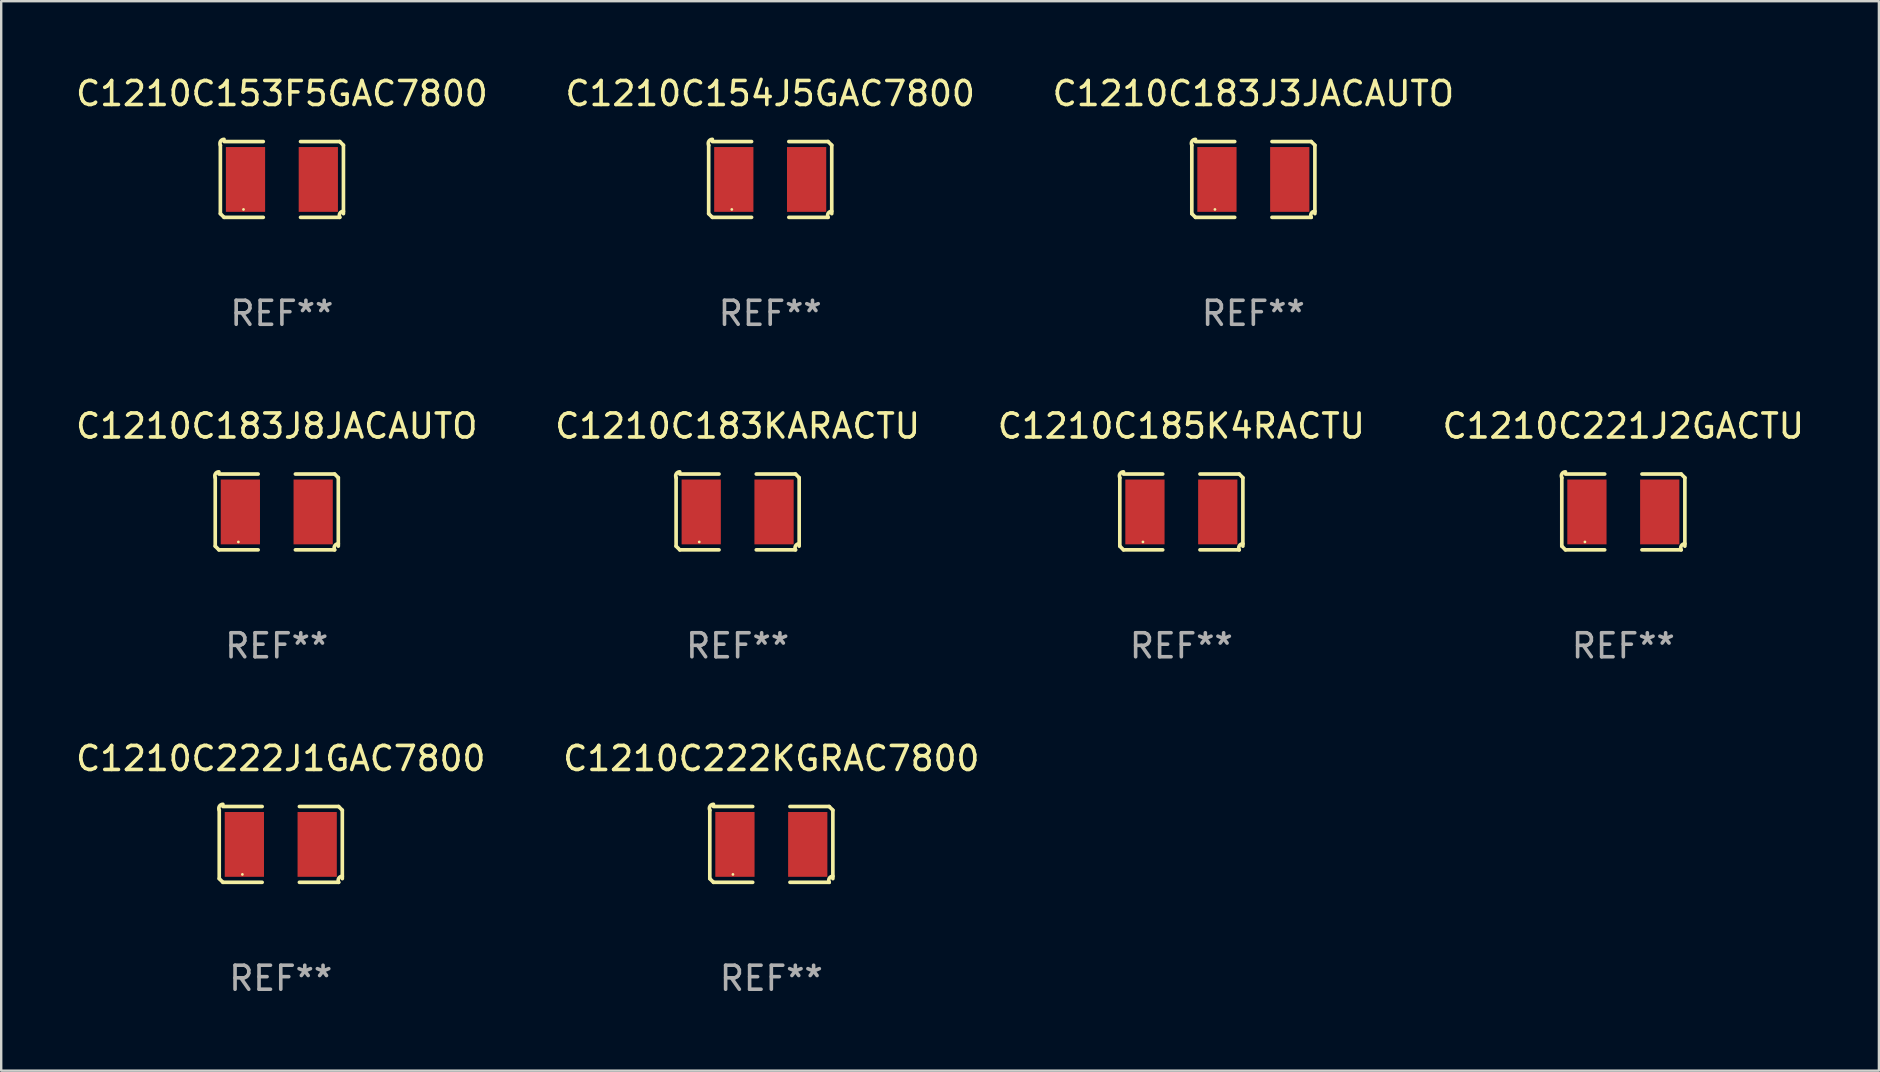
<source format=kicad_pcb>
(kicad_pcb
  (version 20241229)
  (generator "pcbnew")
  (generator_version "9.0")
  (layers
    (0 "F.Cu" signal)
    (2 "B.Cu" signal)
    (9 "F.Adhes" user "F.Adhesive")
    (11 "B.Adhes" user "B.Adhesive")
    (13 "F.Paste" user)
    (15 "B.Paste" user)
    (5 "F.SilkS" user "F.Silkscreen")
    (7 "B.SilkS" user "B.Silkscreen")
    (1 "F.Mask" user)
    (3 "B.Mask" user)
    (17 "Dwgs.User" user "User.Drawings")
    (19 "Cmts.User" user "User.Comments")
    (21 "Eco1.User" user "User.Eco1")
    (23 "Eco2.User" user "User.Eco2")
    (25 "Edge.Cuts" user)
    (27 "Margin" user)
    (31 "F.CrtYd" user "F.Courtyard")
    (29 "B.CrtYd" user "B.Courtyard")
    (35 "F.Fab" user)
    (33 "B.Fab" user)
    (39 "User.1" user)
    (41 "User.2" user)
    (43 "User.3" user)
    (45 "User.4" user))
  (footprint "C1210C222KGRAC7800"
    (layer "F.Cu")
    (at 29.089 32.134)
    (property "Reference" "C1210C222KGRAC7800" (at 0 -3.579 0) (layer "F.SilkS") (effects (font (size 1 1) (thickness 0.15))))
    (attr through_hole)
    (fp_line (start -2.564 1.426) (end -2.564 -1.426) (stroke (width 0.152) (type solid)) (layer "F.SilkS"))
    (fp_line (start -2.411 -1.579) (end -0.776 -1.579) (stroke (width 0.152) (type solid)) (layer "F.SilkS"))
    (fp_line (start -0.776 1.579) (end -2.411 1.579) (stroke (width 0.152) (type solid)) (layer "F.SilkS"))
    (fp_line (start 0.776 1.579) (end 2.411 1.579) (stroke (width 0.152) (type solid)) (layer "F.SilkS"))
    (fp_line (start 2.411 -1.579) (end 0.776 -1.579) (stroke (width 0.152) (type solid)) (layer "F.SilkS"))
    (fp_line (start 2.564 1.426) (end 2.564 -1.426) (stroke (width 0.152) (type solid)) (layer "F.SilkS"))
    (fp_arc (start -2.563602 -1.426213) (mid -2.555597 -1.591233) (end -2.411201 -1.671518) (stroke (width 0.1524) (type solid)) (layer "F.SilkS"))
    (fp_arc (start -2.5636 1.426214) (mid -2.487389 1.502402) (end -2.411201 1.578613) (stroke (width 0.1524) (type solid)) (layer "F.SilkS"))
    (fp_arc (start 2.411197 -1.578618) (mid 2.487403 -1.502419) (end 2.563602 -1.426213) (stroke (width 0.1524) (type solid)) (layer "F.SilkS"))
    (fp_arc (start 2.411201 1.578613) (mid 2.416214 1.409455) (end 2.563602 1.32629) (stroke (width 0.1524) (type solid)) (layer "F.SilkS"))
    (fp_circle (center -1.6 1.25) (end -1.57 1.25) (stroke (width 0.06) (type solid)) (fill no) (layer "F.SilkS"))
    (fp_text user "REF**" (at 0 5.579 0) (layer "F.Fab") (effects (font (size 1 1) (thickness 0.15))))
    (pad "1" smd rect (at -1.517 0) (size 1.635 2.7) (layers "F.Cu" "F.Mask" "F.Paste"))
    (pad "2" smd rect (at 1.517 0) (size 1.635 2.7) (layers "F.Cu" "F.Mask" "F.Paste")))
  (footprint "C1210C154J5GAC7800"
    (layer "F.Cu")
    (at 29.042 4.427)
    (property "Reference" "C1210C154J5GAC7800" (at 0 -3.579 0) (layer "F.SilkS") (effects (font (size 1 1) (thickness 0.15))))
    (attr through_hole)
    (fp_line (start -2.564 1.426) (end -2.564 -1.426) (stroke (width 0.152) (type solid)) (layer "F.SilkS"))
    (fp_line (start -2.411 -1.579) (end -0.776 -1.579) (stroke (width 0.152) (type solid)) (layer "F.SilkS"))
    (fp_line (start -0.776 1.579) (end -2.411 1.579) (stroke (width 0.152) (type solid)) (layer "F.SilkS"))
    (fp_line (start 0.776 1.579) (end 2.411 1.579) (stroke (width 0.152) (type solid)) (layer "F.SilkS"))
    (fp_line (start 2.411 -1.579) (end 0.776 -1.579) (stroke (width 0.152) (type solid)) (layer "F.SilkS"))
    (fp_line (start 2.564 1.426) (end 2.564 -1.426) (stroke (width 0.152) (type solid)) (layer "F.SilkS"))
    (fp_arc (start -2.563602 -1.426213) (mid -2.555597 -1.591233) (end -2.411201 -1.671518) (stroke (width 0.1524) (type solid)) (layer "F.SilkS"))
    (fp_arc (start -2.5636 1.426214) (mid -2.487389 1.502402) (end -2.411201 1.578613) (stroke (width 0.1524) (type solid)) (layer "F.SilkS"))
    (fp_arc (start 2.411197 -1.578618) (mid 2.487403 -1.502419) (end 2.563602 -1.426213) (stroke (width 0.1524) (type solid)) (layer "F.SilkS"))
    (fp_arc (start 2.411201 1.578613) (mid 2.416214 1.409455) (end 2.563602 1.32629) (stroke (width 0.1524) (type solid)) (layer "F.SilkS"))
    (fp_circle (center -1.6 1.25) (end -1.57 1.25) (stroke (width 0.06) (type solid)) (fill no) (layer "F.SilkS"))
    (fp_text user "REF**" (at 0 5.579 0) (layer "F.Fab") (effects (font (size 1 1) (thickness 0.15))))
    (pad "1" smd rect (at -1.517 0) (size 1.635 2.7) (layers "F.Cu" "F.Mask" "F.Paste"))
    (pad "2" smd rect (at 1.517 0) (size 1.635 2.7) (layers "F.Cu" "F.Mask" "F.Paste")))
  (footprint "C1210C222J1GAC7800"
    (layer "F.Cu")
    (at 8.649 32.134)
    (property "Reference" "C1210C222J1GAC7800" (at 0 -3.579 0) (layer "F.SilkS") (effects (font (size 1 1) (thickness 0.15))))
    (attr through_hole)
    (fp_line (start -2.564 1.426) (end -2.564 -1.426) (stroke (width 0.152) (type solid)) (layer "F.SilkS"))
    (fp_line (start -2.411 -1.579) (end -0.776 -1.579) (stroke (width 0.152) (type solid)) (layer "F.SilkS"))
    (fp_line (start -0.776 1.579) (end -2.411 1.579) (stroke (width 0.152) (type solid)) (layer "F.SilkS"))
    (fp_line (start 0.776 1.579) (end 2.411 1.579) (stroke (width 0.152) (type solid)) (layer "F.SilkS"))
    (fp_line (start 2.411 -1.579) (end 0.776 -1.579) (stroke (width 0.152) (type solid)) (layer "F.SilkS"))
    (fp_line (start 2.564 1.426) (end 2.564 -1.426) (stroke (width 0.152) (type solid)) (layer "F.SilkS"))
    (fp_arc (start -2.563602 -1.426213) (mid -2.555597 -1.591233) (end -2.411201 -1.671518) (stroke (width 0.1524) (type solid)) (layer "F.SilkS"))
    (fp_arc (start -2.5636 1.426214) (mid -2.487389 1.502402) (end -2.411201 1.578613) (stroke (width 0.1524) (type solid)) (layer "F.SilkS"))
    (fp_arc (start 2.411197 -1.578618) (mid 2.487403 -1.502419) (end 2.563602 -1.426213) (stroke (width 0.1524) (type solid)) (layer "F.SilkS"))
    (fp_arc (start 2.411201 1.578613) (mid 2.416214 1.409455) (end 2.563602 1.32629) (stroke (width 0.1524) (type solid)) (layer "F.SilkS"))
    (fp_circle (center -1.6 1.25) (end -1.57 1.25) (stroke (width 0.06) (type solid)) (fill no) (layer "F.SilkS"))
    (fp_text user "REF**" (at 0 5.579 0) (layer "F.Fab") (effects (font (size 1 1) (thickness 0.15))))
    (pad "1" smd rect (at -1.517 0) (size 1.635 2.7) (layers "F.Cu" "F.Mask" "F.Paste"))
    (pad "2" smd rect (at 1.517 0) (size 1.635 2.7) (layers "F.Cu" "F.Mask" "F.Paste")))
  (footprint "C1210C183J3JACAUTO"
    (layer "F.Cu")
    (at 49.173 4.427)
    (property "Reference" "C1210C183J3JACAUTO" (at 0 -3.579 0) (layer "F.SilkS") (effects (font (size 1 1) (thickness 0.15))))
    (attr through_hole)
    (fp_line (start -2.564 1.426) (end -2.564 -1.426) (stroke (width 0.152) (type solid)) (layer "F.SilkS"))
    (fp_line (start -2.411 -1.579) (end -0.776 -1.579) (stroke (width 0.152) (type solid)) (layer "F.SilkS"))
    (fp_line (start -0.776 1.579) (end -2.411 1.579) (stroke (width 0.152) (type solid)) (layer "F.SilkS"))
    (fp_line (start 0.776 1.579) (end 2.411 1.579) (stroke (width 0.152) (type solid)) (layer "F.SilkS"))
    (fp_line (start 2.411 -1.579) (end 0.776 -1.579) (stroke (width 0.152) (type solid)) (layer "F.SilkS"))
    (fp_line (start 2.564 1.426) (end 2.564 -1.426) (stroke (width 0.152) (type solid)) (layer "F.SilkS"))
    (fp_arc (start -2.563602 -1.426213) (mid -2.555597 -1.591233) (end -2.411201 -1.671518) (stroke (width 0.1524) (type solid)) (layer "F.SilkS"))
    (fp_arc (start -2.5636 1.426214) (mid -2.487389 1.502402) (end -2.411201 1.578613) (stroke (width 0.1524) (type solid)) (layer "F.SilkS"))
    (fp_arc (start 2.411197 -1.578618) (mid 2.487403 -1.502419) (end 2.563602 -1.426213) (stroke (width 0.1524) (type solid)) (layer "F.SilkS"))
    (fp_arc (start 2.411201 1.578613) (mid 2.416214 1.409455) (end 2.563602 1.32629) (stroke (width 0.1524) (type solid)) (layer "F.SilkS"))
    (fp_circle (center -1.6 1.25) (end -1.57 1.25) (stroke (width 0.06) (type solid)) (fill no) (layer "F.SilkS"))
    (fp_text user "REF**" (at 0 5.579 0) (layer "F.Fab") (effects (font (size 1 1) (thickness 0.15))))
    (pad "1" smd rect (at -1.517 0) (size 1.635 2.7) (layers "F.Cu" "F.Mask" "F.Paste"))
    (pad "2" smd rect (at 1.517 0) (size 1.635 2.7) (layers "F.Cu" "F.Mask" "F.Paste")))
  (footprint "C1210C221J2GACTU"
    (layer "F.Cu")
    (at 64.589 18.281)
    (property "Reference" "C1210C221J2GACTU" (at 0 -3.579 0) (layer "F.SilkS") (effects (font (size 1 1) (thickness 0.15))))
    (attr through_hole)
    (fp_line (start -2.564 1.426) (end -2.564 -1.426) (stroke (width 0.152) (type solid)) (layer "F.SilkS"))
    (fp_line (start -2.411 -1.579) (end -0.776 -1.579) (stroke (width 0.152) (type solid)) (layer "F.SilkS"))
    (fp_line (start -0.776 1.579) (end -2.411 1.579) (stroke (width 0.152) (type solid)) (layer "F.SilkS"))
    (fp_line (start 0.776 1.579) (end 2.411 1.579) (stroke (width 0.152) (type solid)) (layer "F.SilkS"))
    (fp_line (start 2.411 -1.579) (end 0.776 -1.579) (stroke (width 0.152) (type solid)) (layer "F.SilkS"))
    (fp_line (start 2.564 1.426) (end 2.564 -1.426) (stroke (width 0.152) (type solid)) (layer "F.SilkS"))
    (fp_arc (start -2.563602 -1.426213) (mid -2.555597 -1.591233) (end -2.411201 -1.671518) (stroke (width 0.1524) (type solid)) (layer "F.SilkS"))
    (fp_arc (start -2.5636 1.426214) (mid -2.487389 1.502402) (end -2.411201 1.578613) (stroke (width 0.1524) (type solid)) (layer "F.SilkS"))
    (fp_arc (start 2.411197 -1.578618) (mid 2.487403 -1.502419) (end 2.563602 -1.426213) (stroke (width 0.1524) (type solid)) (layer "F.SilkS"))
    (fp_arc (start 2.411201 1.578613) (mid 2.416214 1.409455) (end 2.563602 1.32629) (stroke (width 0.1524) (type solid)) (layer "F.SilkS"))
    (fp_circle (center -1.6 1.25) (end -1.57 1.25) (stroke (width 0.06) (type solid)) (fill no) (layer "F.SilkS"))
    (fp_text user "REF**" (at 0 5.579 0) (layer "F.Fab") (effects (font (size 1 1) (thickness 0.15))))
    (pad "1" smd rect (at -1.517 0) (size 1.635 2.7) (layers "F.Cu" "F.Mask" "F.Paste"))
    (pad "2" smd rect (at 1.517 0) (size 1.635 2.7) (layers "F.Cu" "F.Mask" "F.Paste")))
  (footprint "C1210C183J8JACAUTO"
    (layer "F.Cu")
    (at 8.482 18.281)
    (property "Reference" "C1210C183J8JACAUTO" (at 0 -3.579 0) (layer "F.SilkS") (effects (font (size 1 1) (thickness 0.15))))
    (attr through_hole)
    (fp_line (start -2.564 1.426) (end -2.564 -1.426) (stroke (width 0.152) (type solid)) (layer "F.SilkS"))
    (fp_line (start -2.411 -1.579) (end -0.776 -1.579) (stroke (width 0.152) (type solid)) (layer "F.SilkS"))
    (fp_line (start -0.776 1.579) (end -2.411 1.579) (stroke (width 0.152) (type solid)) (layer "F.SilkS"))
    (fp_line (start 0.776 1.579) (end 2.411 1.579) (stroke (width 0.152) (type solid)) (layer "F.SilkS"))
    (fp_line (start 2.411 -1.579) (end 0.776 -1.579) (stroke (width 0.152) (type solid)) (layer "F.SilkS"))
    (fp_line (start 2.564 1.426) (end 2.564 -1.426) (stroke (width 0.152) (type solid)) (layer "F.SilkS"))
    (fp_arc (start -2.563602 -1.426213) (mid -2.555597 -1.591233) (end -2.411201 -1.671518) (stroke (width 0.1524) (type solid)) (layer "F.SilkS"))
    (fp_arc (start -2.5636 1.426214) (mid -2.487389 1.502402) (end -2.411201 1.578613) (stroke (width 0.1524) (type solid)) (layer "F.SilkS"))
    (fp_arc (start 2.411197 -1.578618) (mid 2.487403 -1.502419) (end 2.563602 -1.426213) (stroke (width 0.1524) (type solid)) (layer "F.SilkS"))
    (fp_arc (start 2.411201 1.578613) (mid 2.416214 1.409455) (end 2.563602 1.32629) (stroke (width 0.1524) (type solid)) (layer "F.SilkS"))
    (fp_circle (center -1.6 1.25) (end -1.57 1.25) (stroke (width 0.06) (type solid)) (fill no) (layer "F.SilkS"))
    (fp_text user "REF**" (at 0 5.579 0) (layer "F.Fab") (effects (font (size 1 1) (thickness 0.15))))
    (pad "1" smd rect (at -1.517 0) (size 1.635 2.7) (layers "F.Cu" "F.Mask" "F.Paste"))
    (pad "2" smd rect (at 1.517 0) (size 1.635 2.7) (layers "F.Cu" "F.Mask" "F.Paste")))
  (footprint "C1210C183KARACTU"
    (layer "F.Cu")
    (at 27.685 18.281)
    (property "Reference" "C1210C183KARACTU" (at 0 -3.579 0) (layer "F.SilkS") (effects (font (size 1 1) (thickness 0.15))))
    (attr through_hole)
    (fp_line (start -2.564 1.426) (end -2.564 -1.426) (stroke (width 0.152) (type solid)) (layer "F.SilkS"))
    (fp_line (start -2.411 -1.579) (end -0.776 -1.579) (stroke (width 0.152) (type solid)) (layer "F.SilkS"))
    (fp_line (start -0.776 1.579) (end -2.411 1.579) (stroke (width 0.152) (type solid)) (layer "F.SilkS"))
    (fp_line (start 0.776 1.579) (end 2.411 1.579) (stroke (width 0.152) (type solid)) (layer "F.SilkS"))
    (fp_line (start 2.411 -1.579) (end 0.776 -1.579) (stroke (width 0.152) (type solid)) (layer "F.SilkS"))
    (fp_line (start 2.564 1.426) (end 2.564 -1.426) (stroke (width 0.152) (type solid)) (layer "F.SilkS"))
    (fp_arc (start -2.563602 -1.426213) (mid -2.555597 -1.591233) (end -2.411201 -1.671518) (stroke (width 0.1524) (type solid)) (layer "F.SilkS"))
    (fp_arc (start -2.5636 1.426214) (mid -2.487389 1.502402) (end -2.411201 1.578613) (stroke (width 0.1524) (type solid)) (layer "F.SilkS"))
    (fp_arc (start 2.411197 -1.578618) (mid 2.487403 -1.502419) (end 2.563602 -1.426213) (stroke (width 0.1524) (type solid)) (layer "F.SilkS"))
    (fp_arc (start 2.411201 1.578613) (mid 2.416214 1.409455) (end 2.563602 1.32629) (stroke (width 0.1524) (type solid)) (layer "F.SilkS"))
    (fp_circle (center -1.6 1.25) (end -1.57 1.25) (stroke (width 0.06) (type solid)) (fill no) (layer "F.SilkS"))
    (fp_text user "REF**" (at 0 5.579 0) (layer "F.Fab") (effects (font (size 1 1) (thickness 0.15))))
    (pad "1" smd rect (at -1.517 0) (size 1.635 2.7) (layers "F.Cu" "F.Mask" "F.Paste"))
    (pad "2" smd rect (at 1.517 0) (size 1.635 2.7) (layers "F.Cu" "F.Mask" "F.Paste")))
  (footprint "C1210C153F5GAC7800"
    (layer "F.Cu")
    (at 8.696 4.427)
    (property "Reference" "C1210C153F5GAC7800" (at 0 -3.579 0) (layer "F.SilkS") (effects (font (size 1 1) (thickness 0.15))))
    (attr through_hole)
    (fp_line (start -2.564 1.426) (end -2.564 -1.426) (stroke (width 0.152) (type solid)) (layer "F.SilkS"))
    (fp_line (start -2.411 -1.579) (end -0.776 -1.579) (stroke (width 0.152) (type solid)) (layer "F.SilkS"))
    (fp_line (start -0.776 1.579) (end -2.411 1.579) (stroke (width 0.152) (type solid)) (layer "F.SilkS"))
    (fp_line (start 0.776 1.579) (end 2.411 1.579) (stroke (width 0.152) (type solid)) (layer "F.SilkS"))
    (fp_line (start 2.411 -1.579) (end 0.776 -1.579) (stroke (width 0.152) (type solid)) (layer "F.SilkS"))
    (fp_line (start 2.564 1.426) (end 2.564 -1.426) (stroke (width 0.152) (type solid)) (layer "F.SilkS"))
    (fp_arc (start -2.563602 -1.426213) (mid -2.555597 -1.591233) (end -2.411201 -1.671518) (stroke (width 0.1524) (type solid)) (layer "F.SilkS"))
    (fp_arc (start -2.5636 1.426214) (mid -2.487389 1.502402) (end -2.411201 1.578613) (stroke (width 0.1524) (type solid)) (layer "F.SilkS"))
    (fp_arc (start 2.411197 -1.578618) (mid 2.487403 -1.502419) (end 2.563602 -1.426213) (stroke (width 0.1524) (type solid)) (layer "F.SilkS"))
    (fp_arc (start 2.411201 1.578613) (mid 2.416214 1.409455) (end 2.563602 1.32629) (stroke (width 0.1524) (type solid)) (layer "F.SilkS"))
    (fp_circle (center -1.6 1.25) (end -1.57 1.25) (stroke (width 0.06) (type solid)) (fill no) (layer "F.SilkS"))
    (fp_text user "REF**" (at 0 5.579 0) (layer "F.Fab") (effects (font (size 1 1) (thickness 0.15))))
    (pad "1" smd rect (at -1.517 0) (size 1.635 2.7) (layers "F.Cu" "F.Mask" "F.Paste"))
    (pad "2" smd rect (at 1.517 0) (size 1.635 2.7) (layers "F.Cu" "F.Mask" "F.Paste")))
  (footprint "C1210C185K4RACTU"
    (layer "F.Cu")
    (at 46.173 18.281)
    (property "Reference" "C1210C185K4RACTU" (at 0 -3.579 0) (layer "F.SilkS") (effects (font (size 1 1) (thickness 0.15))))
    (attr through_hole)
    (fp_line (start -2.564 1.426) (end -2.564 -1.426) (stroke (width 0.152) (type solid)) (layer "F.SilkS"))
    (fp_line (start -2.411 -1.579) (end -0.776 -1.579) (stroke (width 0.152) (type solid)) (layer "F.SilkS"))
    (fp_line (start -0.776 1.579) (end -2.411 1.579) (stroke (width 0.152) (type solid)) (layer "F.SilkS"))
    (fp_line (start 0.776 1.579) (end 2.411 1.579) (stroke (width 0.152) (type solid)) (layer "F.SilkS"))
    (fp_line (start 2.411 -1.579) (end 0.776 -1.579) (stroke (width 0.152) (type solid)) (layer "F.SilkS"))
    (fp_line (start 2.564 1.426) (end 2.564 -1.426) (stroke (width 0.152) (type solid)) (layer "F.SilkS"))
    (fp_arc (start -2.563602 -1.426213) (mid -2.555597 -1.591233) (end -2.411201 -1.671518) (stroke (width 0.1524) (type solid)) (layer "F.SilkS"))
    (fp_arc (start -2.5636 1.426214) (mid -2.487389 1.502402) (end -2.411201 1.578613) (stroke (width 0.1524) (type solid)) (layer "F.SilkS"))
    (fp_arc (start 2.411197 -1.578618) (mid 2.487403 -1.502419) (end 2.563602 -1.426213) (stroke (width 0.1524) (type solid)) (layer "F.SilkS"))
    (fp_arc (start 2.411201 1.578613) (mid 2.416214 1.409455) (end 2.563602 1.32629) (stroke (width 0.1524) (type solid)) (layer "F.SilkS"))
    (fp_circle (center -1.6 1.25) (end -1.57 1.25) (stroke (width 0.06) (type solid)) (fill no) (layer "F.SilkS"))
    (fp_text user "REF**" (at 0 5.579 0) (layer "F.Fab") (effects (font (size 1 1) (thickness 0.15))))
    (pad "1" smd rect (at -1.517 0) (size 1.635 2.7) (layers "F.Cu" "F.Mask" "F.Paste"))
    (pad "2" smd rect (at 1.517 0) (size 1.635 2.7) (layers "F.Cu" "F.Mask" "F.Paste")))
  (gr_rect
    (start -3 -3)
    (end 75.238 41.561)
    (stroke (width 0.1) (type default))
    (fill no)
    (layer "Edge.Cuts")))
</source>
